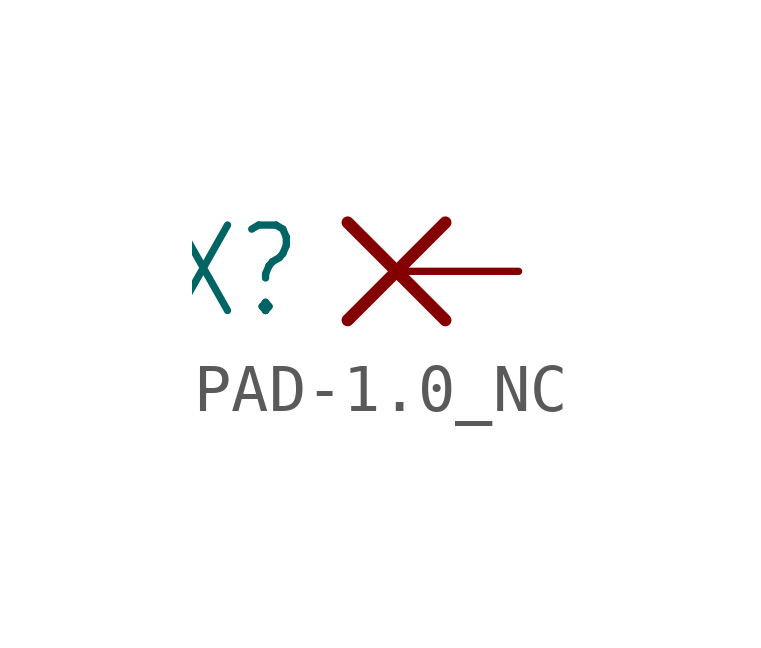
<source format=kicad_sym>
(kicad_symbol_lib
  (version 20211014)
  (generator kicad_symbol_editor)
  (symbol "PAD-1.0_NC"
    (property "Reference" "X"
      (at -1.905 0 0)
      (effects (font (size 1.778 1.511)) (justify right)))
    (property "ki_locked" ""
      (at 0 0 0)
      (effects (font (size 1.27 1.27))))
    (symbol "PAD-1.0_NC_1_0"
      (polyline (pts (xy -1.016 -1.016) (xy 1.016 1.016)) (stroke (width 0.254) (type default) (color 0 0 0 0)) (fill (type none)))
      (polyline (pts (xy -1.016 1.016) (xy 1.016 -1.016)) (stroke (width 0.254) (type default) (color 0 0 0 0)) (fill (type none)))
      (pin passive line (at 2.54 0 180) (length 2.54) (name "P" (effects (font (size 0 0)))) (number "1" (effects (font (size 0 0))))))))
</source>
